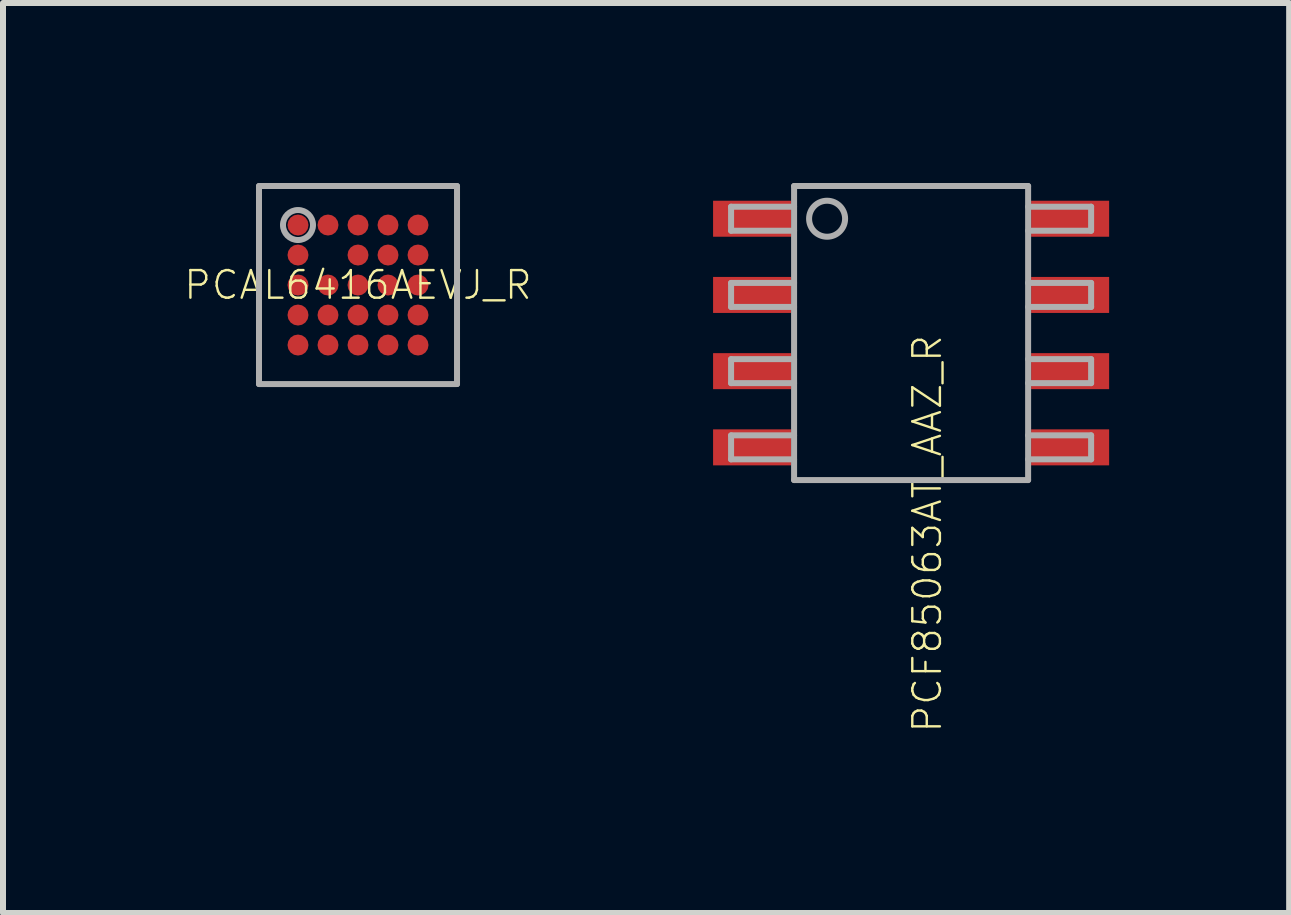
<source format=kicad_pcb>
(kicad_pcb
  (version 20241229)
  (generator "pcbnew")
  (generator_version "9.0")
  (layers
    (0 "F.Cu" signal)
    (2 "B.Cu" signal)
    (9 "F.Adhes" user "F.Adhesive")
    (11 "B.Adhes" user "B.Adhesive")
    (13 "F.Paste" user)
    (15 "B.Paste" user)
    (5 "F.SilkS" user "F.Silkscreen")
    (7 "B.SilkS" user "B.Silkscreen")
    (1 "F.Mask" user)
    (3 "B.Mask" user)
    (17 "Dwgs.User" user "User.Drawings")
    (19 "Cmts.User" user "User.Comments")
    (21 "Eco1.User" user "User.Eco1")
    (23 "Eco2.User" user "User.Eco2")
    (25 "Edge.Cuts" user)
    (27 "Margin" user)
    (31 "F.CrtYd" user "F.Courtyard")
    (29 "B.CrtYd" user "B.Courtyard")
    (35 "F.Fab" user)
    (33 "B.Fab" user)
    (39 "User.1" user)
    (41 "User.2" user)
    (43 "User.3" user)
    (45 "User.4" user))
  (footprint "PCF85063AT_AAZ_R"
    (layer "F.Cu")
    (at 12.133 2.5)
    (property "Reference" "PCF85063AT_AAZ_R" (at 0 0 90) (unlocked yes) (layer "F.SilkS") (effects (font (size 0.46 0.46) (thickness 0.04)) (justify right top)))
    (fp_poly (pts (xy -2 -1.605) (xy -3.3 -1.605) (xy -3.3 -2.205) (xy -2 -2.205)) (stroke (width 0) (type default)) (fill yes) (layer "F.Paste"))
    (fp_poly (pts (xy -2 -0.335) (xy -3.3 -0.335) (xy -3.3 -0.935) (xy -2 -0.935)) (stroke (width 0) (type default)) (fill yes) (layer "F.Paste"))
    (fp_poly (pts (xy -2 0.935) (xy -3.3 0.935) (xy -3.3 0.335) (xy -2 0.335)) (stroke (width 0) (type default)) (fill yes) (layer "F.Paste"))
    (fp_poly (pts (xy -2 2.205) (xy -3.3 2.205) (xy -3.3 1.605) (xy -2 1.605)) (stroke (width 0) (type default)) (fill yes) (layer "F.Paste"))
    (fp_poly (pts (xy 3.3 -1.605) (xy 2 -1.605) (xy 2 -2.205) (xy 3.3 -2.205)) (stroke (width 0) (type default)) (fill yes) (layer "F.Paste"))
    (fp_poly (pts (xy 3.3 -0.335) (xy 2 -0.335) (xy 2 -0.935) (xy 3.3 -0.935)) (stroke (width 0) (type default)) (fill yes) (layer "F.Paste"))
    (fp_poly (pts (xy 3.3 0.935) (xy 2 0.935) (xy 2 0.335) (xy 3.3 0.335)) (stroke (width 0) (type default)) (fill yes) (layer "F.Paste"))
    (fp_poly (pts (xy 3.3 2.205) (xy 2 2.205) (xy 2 1.605) (xy 3.3 1.605)) (stroke (width 0) (type default)) (fill yes) (layer "F.Paste"))
    (fp_line (start -3 -2.105) (end -3 -1.705) (stroke (width 0.1) (type solid)) (layer "F.Fab"))
    (fp_line (start -3 -1.705) (end -1.95 -1.705) (stroke (width 0.1) (type solid)) (layer "F.Fab"))
    (fp_line (start -3 -0.835) (end -3 -0.435) (stroke (width 0.1) (type solid)) (layer "F.Fab"))
    (fp_line (start -3 -0.435) (end -1.95 -0.435) (stroke (width 0.1) (type solid)) (layer "F.Fab"))
    (fp_line (start -3 0.435) (end -3 0.835) (stroke (width 0.1) (type solid)) (layer "F.Fab"))
    (fp_line (start -3 0.835) (end -1.95 0.835) (stroke (width 0.1) (type solid)) (layer "F.Fab"))
    (fp_line (start -3 1.705) (end -3 2.105) (stroke (width 0.1) (type solid)) (layer "F.Fab"))
    (fp_line (start -3 2.105) (end -1.95 2.105) (stroke (width 0.1) (type solid)) (layer "F.Fab"))
    (fp_line (start -1.95 -2.45) (end -1.95 2.45) (stroke (width 0.1) (type solid)) (layer "F.Fab"))
    (fp_line (start -1.95 -2.105) (end -3 -2.105) (stroke (width 0.1) (type solid)) (layer "F.Fab"))
    (fp_line (start -1.95 -0.835) (end -3 -0.835) (stroke (width 0.1) (type solid)) (layer "F.Fab"))
    (fp_line (start -1.95 0.435) (end -3 0.435) (stroke (width 0.1) (type solid)) (layer "F.Fab"))
    (fp_line (start -1.95 1.705) (end -3 1.705) (stroke (width 0.1) (type solid)) (layer "F.Fab"))
    (fp_line (start -1.95 2.45) (end 1.95 2.45) (stroke (width 0.1) (type solid)) (layer "F.Fab"))
    (fp_line (start 1.95 -2.45) (end -1.95 -2.45) (stroke (width 0.1) (type solid)) (layer "F.Fab"))
    (fp_line (start 1.95 -2.105) (end 3 -2.105) (stroke (width 0.1) (type solid)) (layer "F.Fab"))
    (fp_line (start 1.95 -0.835) (end 3 -0.835) (stroke (width 0.1) (type solid)) (layer "F.Fab"))
    (fp_line (start 1.95 0.435) (end 3 0.435) (stroke (width 0.1) (type solid)) (layer "F.Fab"))
    (fp_line (start 1.95 1.705) (end 3 1.705) (stroke (width 0.1) (type solid)) (layer "F.Fab"))
    (fp_line (start 1.95 2.45) (end 1.95 -2.45) (stroke (width 0.1) (type solid)) (layer "F.Fab"))
    (fp_line (start 3 -2.105) (end 3 -1.705) (stroke (width 0.1) (type solid)) (layer "F.Fab"))
    (fp_line (start 3 -1.705) (end 1.95 -1.705) (stroke (width 0.1) (type solid)) (layer "F.Fab"))
    (fp_line (start 3 -0.835) (end 3 -0.435) (stroke (width 0.1) (type solid)) (layer "F.Fab"))
    (fp_line (start 3 -0.435) (end 1.95 -0.435) (stroke (width 0.1) (type solid)) (layer "F.Fab"))
    (fp_line (start 3 0.435) (end 3 0.835) (stroke (width 0.1) (type solid)) (layer "F.Fab"))
    (fp_line (start 3 0.835) (end 1.95 0.835) (stroke (width 0.1) (type solid)) (layer "F.Fab"))
    (fp_line (start 3 1.705) (end 3 2.105) (stroke (width 0.1) (type solid)) (layer "F.Fab"))
    (fp_line (start 3 2.105) (end 1.95 2.105) (stroke (width 0.1) (type solid)) (layer "F.Fab"))
    (fp_circle (center -1.4 -1.905) (end -1.1 -1.905) (stroke (width 0.1) (type solid)) (fill no) (layer "F.Fab"))
    (pad "1" smd rect (at -2.65 -1.905 270) (size 0.6 1.3) (layers "F.Cu" "F.Mask"))
    (pad "2" smd rect (at -2.65 -0.635 270) (size 0.6 1.3) (layers "F.Cu" "F.Mask"))
    (pad "3" smd rect (at -2.65 0.635 270) (size 0.6 1.3) (layers "F.Cu" "F.Mask"))
    (pad "4" smd rect (at -2.65 1.905 270) (size 0.6 1.3) (layers "F.Cu" "F.Mask"))
    (pad "5" smd rect (at 2.65 1.905 90) (size 0.6 1.3) (layers "F.Cu" "F.Mask"))
    (pad "6" smd rect (at 2.65 0.635 90) (size 0.6 1.3) (layers "F.Cu" "F.Mask"))
    (pad "7" smd rect (at 2.65 -0.635 90) (size 0.6 1.3) (layers "F.Cu" "F.Mask"))
    (pad "8" smd rect (at 2.65 -1.905 90) (size 0.6 1.3) (layers "F.Cu" "F.Mask")))
  (footprint "PCAL6416AEVJ_R"
    (layer "F.Cu")
    (at 2.916 1.7)
    (property "Reference" "PCAL6416AEVJ_R" (at 0 0 0) (unlocked yes) (layer "F.SilkS") (effects (font (size 0.46 0.46) (thickness 0.04))))
    (fp_circle (center -1 -1) (end -0.925 -1) (stroke (width 0.15) (type solid)) (fill yes) (layer "F.Mask"))
    (fp_circle (center -1 -0.5) (end -0.925 -0.5) (stroke (width 0.15) (type solid)) (fill yes) (layer "F.Mask"))
    (fp_circle (center -1 0) (end -0.925 0) (stroke (width 0.15) (type solid)) (fill yes) (layer "F.Mask"))
    (fp_circle (center -1 0.5) (end -0.925 0.5) (stroke (width 0.15) (type solid)) (fill yes) (layer "F.Mask"))
    (fp_circle (center -1 1) (end -0.925 1) (stroke (width 0.15) (type solid)) (fill yes) (layer "F.Mask"))
    (fp_circle (center -0.5 -1) (end -0.425 -1) (stroke (width 0.15) (type solid)) (fill yes) (layer "F.Mask"))
    (fp_circle (center -0.5 0) (end -0.425 0) (stroke (width 0.15) (type solid)) (fill yes) (layer "F.Mask"))
    (fp_circle (center -0.5 0.5) (end -0.425 0.5) (stroke (width 0.15) (type solid)) (fill yes) (layer "F.Mask"))
    (fp_circle (center -0.5 1) (end -0.425 1) (stroke (width 0.15) (type solid)) (fill yes) (layer "F.Mask"))
    (fp_circle (center 0 -1) (end 0.075 -1) (stroke (width 0.15) (type solid)) (fill yes) (layer "F.Mask"))
    (fp_circle (center 0 -0.5) (end 0.075 -0.5) (stroke (width 0.15) (type solid)) (fill yes) (layer "F.Mask"))
    (fp_circle (center 0 0) (end 0.075 0) (stroke (width 0.15) (type solid)) (fill yes) (layer "F.Mask"))
    (fp_circle (center 0 0.5) (end 0.075 0.5) (stroke (width 0.15) (type solid)) (fill yes) (layer "F.Mask"))
    (fp_circle (center 0 1) (end 0.075 1) (stroke (width 0.15) (type solid)) (fill yes) (layer "F.Mask"))
    (fp_circle (center 0.5 -1) (end 0.575 -1) (stroke (width 0.15) (type solid)) (fill yes) (layer "F.Mask"))
    (fp_circle (center 0.5 -0.5) (end 0.575 -0.5) (stroke (width 0.15) (type solid)) (fill yes) (layer "F.Mask"))
    (fp_circle (center 0.5 0) (end 0.575 0) (stroke (width 0.15) (type solid)) (fill yes) (layer "F.Mask"))
    (fp_circle (center 0.5 0.5) (end 0.575 0.5) (stroke (width 0.15) (type solid)) (fill yes) (layer "F.Mask"))
    (fp_circle (center 0.5 1) (end 0.575 1) (stroke (width 0.15) (type solid)) (fill yes) (layer "F.Mask"))
    (fp_circle (center 1 -1) (end 1.075 -1) (stroke (width 0.15) (type solid)) (fill yes) (layer "F.Mask"))
    (fp_circle (center 1 -0.5) (end 1.075 -0.5) (stroke (width 0.15) (type solid)) (fill yes) (layer "F.Mask"))
    (fp_circle (center 1 0) (end 1.075 0) (stroke (width 0.15) (type solid)) (fill yes) (layer "F.Mask"))
    (fp_circle (center 1 0.5) (end 1.075 0.5) (stroke (width 0.15) (type solid)) (fill yes) (layer "F.Mask"))
    (fp_circle (center 1 1) (end 1.075 1) (stroke (width 0.15) (type solid)) (fill yes) (layer "F.Mask"))
    (fp_line (start -1.65 -1.65) (end -1.65 1.65) (stroke (width 0.1) (type solid)) (layer "F.Fab"))
    (fp_line (start -1.65 1.65) (end 1.65 1.65) (stroke (width 0.1) (type solid)) (layer "F.Fab"))
    (fp_line (start 1.65 -1.65) (end -1.65 -1.65) (stroke (width 0.1) (type solid)) (layer "F.Fab"))
    (fp_line (start 1.65 1.65) (end 1.65 -1.65) (stroke (width 0.1) (type solid)) (layer "F.Fab"))
    (fp_circle (center -1 -1) (end -0.75 -1) (stroke (width 0.1) (type solid)) (fill no) (layer "F.Fab"))
    (pad "A1" smd roundrect (at -1 -1) (size 0.35 0.35) (layers "F.Cu" "F.Paste") (roundrect_rratio 0.5))
    (pad "A2" smd roundrect (at -0.5 -1) (size 0.35 0.35) (layers "F.Cu" "F.Paste") (roundrect_rratio 0.5))
    (pad "A3" smd roundrect (at 0 -1) (size 0.35 0.35) (layers "F.Cu" "F.Paste") (roundrect_rratio 0.5))
    (pad "A4" smd roundrect (at 0.5 -1) (size 0.35 0.35) (layers "F.Cu" "F.Paste") (roundrect_rratio 0.5))
    (pad "A5" smd roundrect (at 1 -1) (size 0.35 0.35) (layers "F.Cu" "F.Paste") (roundrect_rratio 0.5))
    (pad "B1" smd roundrect (at -1 -0.5) (size 0.35 0.35) (layers "F.Cu" "F.Paste") (roundrect_rratio 0.5))
    (pad "B3" smd roundrect (at 0 -0.5) (size 0.35 0.35) (layers "F.Cu" "F.Paste") (roundrect_rratio 0.5))
    (pad "B4" smd roundrect (at 0.5 -0.5) (size 0.35 0.35) (layers "F.Cu" "F.Paste") (roundrect_rratio 0.5))
    (pad "B5" smd roundrect (at 1 -0.5) (size 0.35 0.35) (layers "F.Cu" "F.Paste") (roundrect_rratio 0.5))
    (pad "C1" smd roundrect (at -1 0) (size 0.35 0.35) (layers "F.Cu" "F.Paste") (roundrect_rratio 0.5))
    (pad "C2" smd roundrect (at -0.5 0) (size 0.35 0.35) (layers "F.Cu" "F.Paste") (roundrect_rratio 0.5))
    (pad "C3" smd roundrect (at 0 0) (size 0.35 0.35) (layers "F.Cu" "F.Paste") (roundrect_rratio 0.5))
    (pad "C4" smd roundrect (at 0.5 0) (size 0.35 0.35) (layers "F.Cu" "F.Paste") (roundrect_rratio 0.5))
    (pad "C5" smd roundrect (at 1 0) (size 0.35 0.35) (layers "F.Cu" "F.Paste") (roundrect_rratio 0.5))
    (pad "D1" smd roundrect (at -1 0.5) (size 0.35 0.35) (layers "F.Cu" "F.Paste") (roundrect_rratio 0.5))
    (pad "D2" smd roundrect (at -0.5 0.5) (size 0.35 0.35) (layers "F.Cu" "F.Paste") (roundrect_rratio 0.5))
    (pad "D3" smd roundrect (at 0 0.5) (size 0.35 0.35) (layers "F.Cu" "F.Paste") (roundrect_rratio 0.5))
    (pad "D4" smd roundrect (at 0.5 0.5) (size 0.35 0.35) (layers "F.Cu" "F.Paste") (roundrect_rratio 0.5))
    (pad "D5" smd roundrect (at 1 0.5) (size 0.35 0.35) (layers "F.Cu" "F.Paste") (roundrect_rratio 0.5))
    (pad "E1" smd roundrect (at -1 1) (size 0.35 0.35) (layers "F.Cu" "F.Paste") (roundrect_rratio 0.5))
    (pad "E2" smd roundrect (at -0.5 1) (size 0.35 0.35) (layers "F.Cu" "F.Paste") (roundrect_rratio 0.5))
    (pad "E3" smd roundrect (at 0 1) (size 0.35 0.35) (layers "F.Cu" "F.Paste") (roundrect_rratio 0.5))
    (pad "E4" smd roundrect (at 0.5 1) (size 0.35 0.35) (layers "F.Cu" "F.Paste") (roundrect_rratio 0.5))
    (pad "E5" smd roundrect (at 1 1) (size 0.35 0.35) (layers "F.Cu" "F.Paste") (roundrect_rratio 0.5)))
  (gr_rect
    (start -3 -3)
    (end 18.433 12.165)
    (stroke (width 0.1) (type default))
    (fill no)
    (layer "Edge.Cuts")))
</source>
